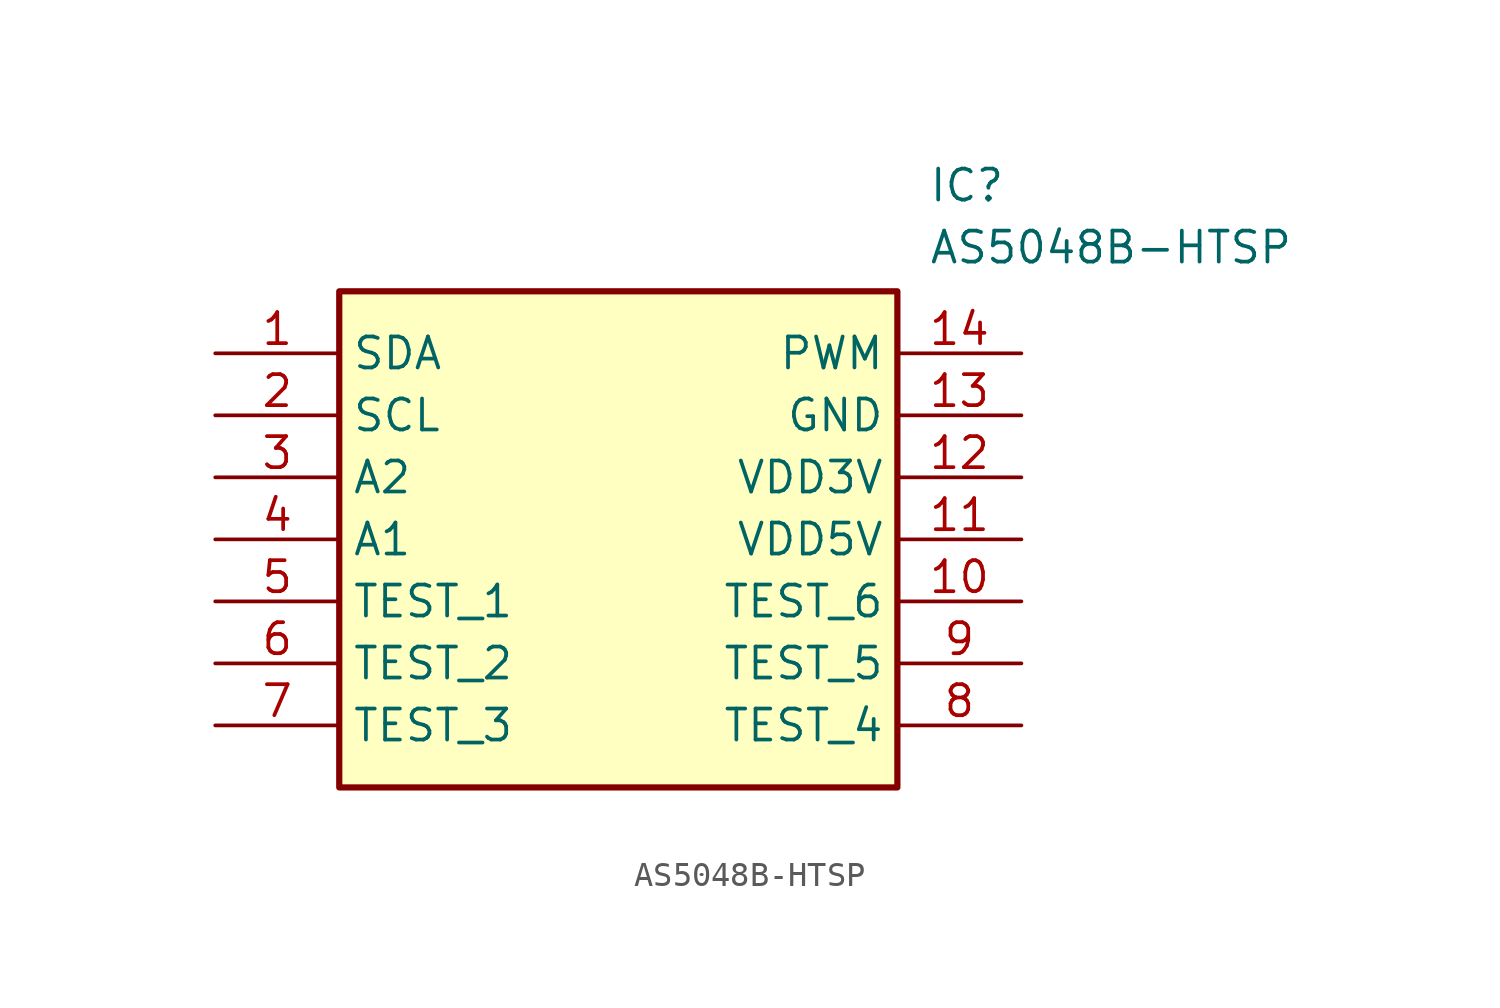
<source format=kicad_sym>
(kicad_symbol_lib
  (version 20211014)
  (generator SamacSys_ECAD_Model)
  (symbol "AS5048B-HTSP"
    (property "Reference" "IC"
      (at 29.21 7.62 0)
      (effects (font (size 1.27 1.27)) (justify left top)))
    (property "Value" "AS5048B-HTSP"
      (at 29.21 5.08 0)
      (effects (font (size 1.27 1.27)) (justify left top)))
    (rectangle
      (start 5.08 2.54)
      (end 27.94 -17.78)
      (stroke (width 0.254) (type default))
      (fill (type background)))
    (pin passive line
      (at 0 0 0)
      (length 5.08)
      (name "SDA" (effects (font (size 1.27 1.27))))
      (number "1" (effects (font (size 1.27 1.27)))))
    (pin passive line
      (at 0 -2.54 0)
      (length 5.08)
      (name "SCL" (effects (font (size 1.27 1.27))))
      (number "2" (effects (font (size 1.27 1.27)))))
    (pin passive line
      (at 0 -5.08 0)
      (length 5.08)
      (name "A2" (effects (font (size 1.27 1.27))))
      (number "3" (effects (font (size 1.27 1.27)))))
    (pin passive line
      (at 0 -7.62 0)
      (length 5.08)
      (name "A1" (effects (font (size 1.27 1.27))))
      (number "4" (effects (font (size 1.27 1.27)))))
    (pin passive line
      (at 0 -10.16 0)
      (length 5.08)
      (name "TEST_1" (effects (font (size 1.27 1.27))))
      (number "5" (effects (font (size 1.27 1.27)))))
    (pin passive line
      (at 0 -12.7 0)
      (length 5.08)
      (name "TEST_2" (effects (font (size 1.27 1.27))))
      (number "6" (effects (font (size 1.27 1.27)))))
    (pin passive line
      (at 0 -15.24 0)
      (length 5.08)
      (name "TEST_3" (effects (font (size 1.27 1.27))))
      (number "7" (effects (font (size 1.27 1.27)))))
    (pin passive line
      (at 33.02 0 180)
      (length 5.08)
      (name "PWM" (effects (font (size 1.27 1.27))))
      (number "14" (effects (font (size 1.27 1.27)))))
    (pin passive line
      (at 33.02 -2.54 180)
      (length 5.08)
      (name "GND" (effects (font (size 1.27 1.27))))
      (number "13" (effects (font (size 1.27 1.27)))))
    (pin passive line
      (at 33.02 -5.08 180)
      (length 5.08)
      (name "VDD3V" (effects (font (size 1.27 1.27))))
      (number "12" (effects (font (size 1.27 1.27)))))
    (pin passive line
      (at 33.02 -7.62 180)
      (length 5.08)
      (name "VDD5V" (effects (font (size 1.27 1.27))))
      (number "11" (effects (font (size 1.27 1.27)))))
    (pin passive line
      (at 33.02 -10.16 180)
      (length 5.08)
      (name "TEST_6" (effects (font (size 1.27 1.27))))
      (number "10" (effects (font (size 1.27 1.27)))))
    (pin passive line
      (at 33.02 -12.7 180)
      (length 5.08)
      (name "TEST_5" (effects (font (size 1.27 1.27))))
      (number "9" (effects (font (size 1.27 1.27)))))
    (pin passive line
      (at 33.02 -15.24 180)
      (length 5.08)
      (name "TEST_4" (effects (font (size 1.27 1.27))))
      (number "8" (effects (font (size 1.27 1.27)))))))
</source>
